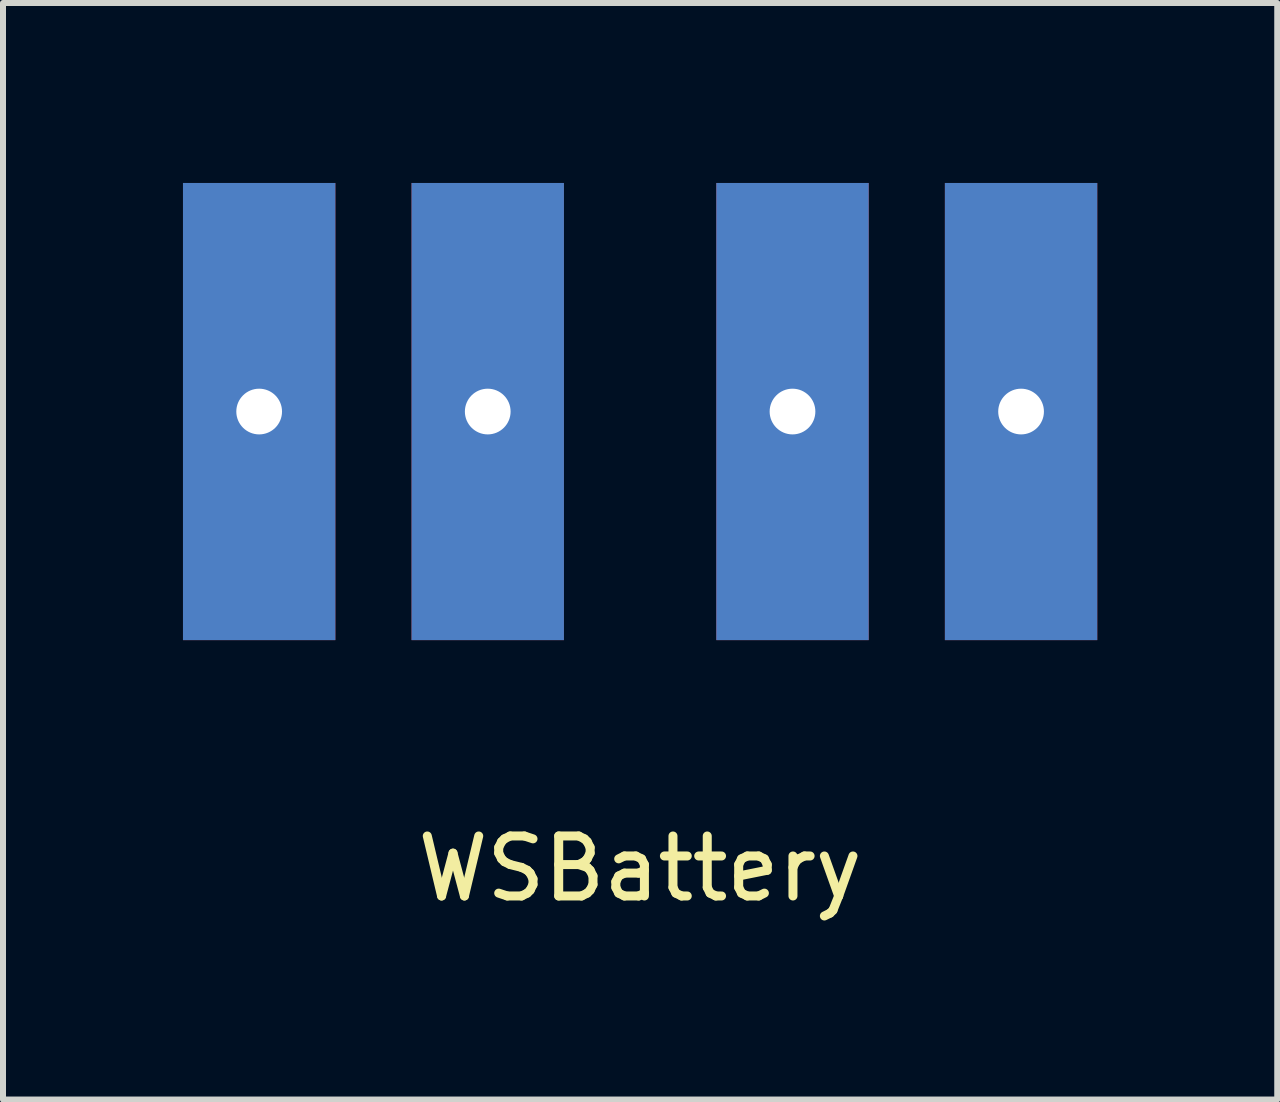
<source format=kicad_pcb>
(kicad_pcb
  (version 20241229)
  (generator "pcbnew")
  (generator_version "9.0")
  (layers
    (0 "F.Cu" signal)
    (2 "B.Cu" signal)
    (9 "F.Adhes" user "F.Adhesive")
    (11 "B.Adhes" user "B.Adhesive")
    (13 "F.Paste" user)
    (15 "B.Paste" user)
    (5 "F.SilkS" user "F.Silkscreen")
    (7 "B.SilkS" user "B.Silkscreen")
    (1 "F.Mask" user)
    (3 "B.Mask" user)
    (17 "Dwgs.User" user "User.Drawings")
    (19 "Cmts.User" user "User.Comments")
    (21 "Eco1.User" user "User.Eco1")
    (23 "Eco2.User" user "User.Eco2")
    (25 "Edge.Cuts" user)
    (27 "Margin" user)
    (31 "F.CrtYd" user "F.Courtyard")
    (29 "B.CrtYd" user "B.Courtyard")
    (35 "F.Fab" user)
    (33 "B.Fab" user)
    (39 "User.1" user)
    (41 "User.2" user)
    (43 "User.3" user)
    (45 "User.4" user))
  (footprint "WSBattery"
    (layer "F.Cu")
    (at 7.62 3.81)
    (property "Reference" "WSBattery" (at 0 7.62 0) (layer "F.SilkS") (effects (font (size 1 1) (thickness 0.15))))
    (attr through_hole)
    (pad "1" thru_hole rect (at -6.35 0) (size 2.54 7.62) (drill 0.762) (layers "*.Cu" "*.Mask"))
    (pad "1" thru_hole rect (at -2.54 0) (size 2.54 7.62) (drill 0.762) (layers "*.Cu" "*.Mask"))
    (pad "2" thru_hole rect (at 2.54 0) (size 2.54 7.62) (drill 0.762) (layers "*.Cu" "*.Mask"))
    (pad "2" thru_hole rect (at 6.35 0) (size 2.54 7.62) (drill 0.762) (layers "*.Cu" "*.Mask")))
  (gr_rect
    (start -3 -3)
    (end 18.24 15.278)
    (stroke (width 0.1) (type default))
    (fill no)
    (layer "Edge.Cuts")))
</source>
